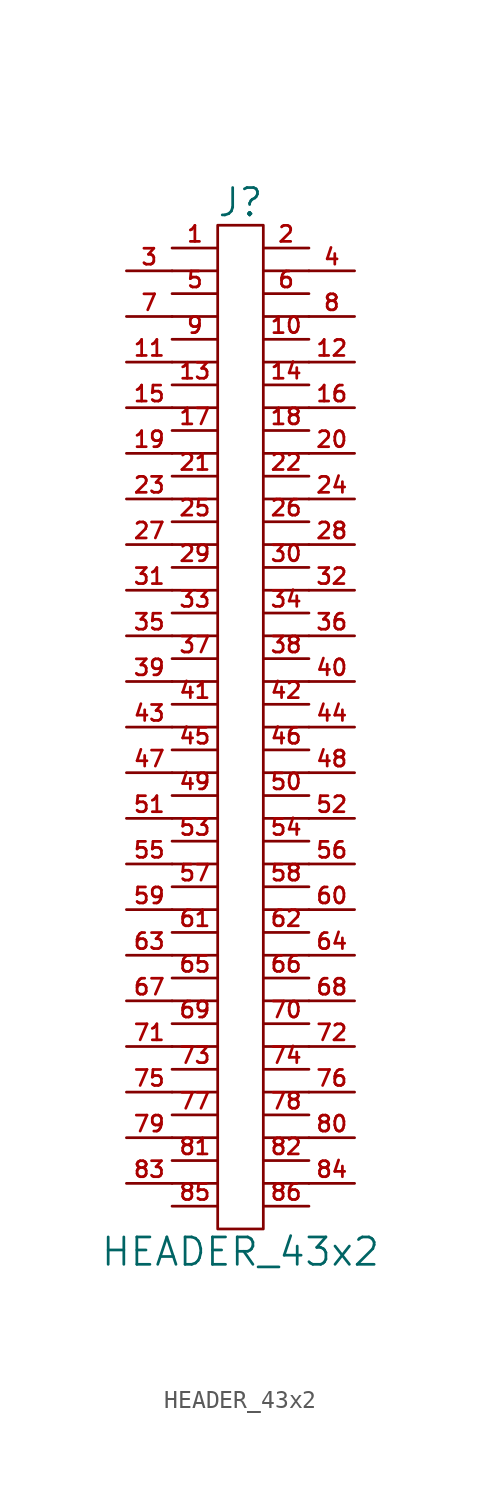
<source format=kicad_sym>
(kicad_symbol_lib
  (version 20211014)
  (generator kicad_symbol_editor)
  (symbol "HEADER_43x2"
    (pin_names
      (offset 0))
    (property "Reference" "J"
      (at 0 29.21 0)
      (effects (font (size 1.524 1.524))))
    (property "Value" "HEADER_43x2"
      (at 0 -29.21 0)
      (effects (font (size 1.524 1.524))))
    (property "Footprint" ""
      (at 0 2.54 0)
      (effects (font (size 1.524 1.524))))
    (property "Datasheet" ""
      (at 0 2.54 0)
      (effects (font (size 1.524 1.524))))
    (symbol "HEADER_43x2_0_1"
      (polyline (pts (xy -3.81 -25.4) (xy -1.27 -25.4)) (stroke (width 0) (type default) (color 0 0 0 0)) (fill (type none)))
      (polyline (pts (xy -3.81 -22.86) (xy -1.27 -22.86)) (stroke (width 0) (type default) (color 0 0 0 0)) (fill (type none)))
      (polyline (pts (xy -3.81 -20.32) (xy -1.27 -20.32)) (stroke (width 0) (type default) (color 0 0 0 0)) (fill (type none)))
      (polyline (pts (xy -3.81 -17.78) (xy -1.27 -17.78)) (stroke (width 0) (type default) (color 0 0 0 0)) (fill (type none)))
      (polyline (pts (xy -3.81 -15.24) (xy -1.27 -15.24)) (stroke (width 0) (type default) (color 0 0 0 0)) (fill (type none)))
      (polyline (pts (xy -3.81 -12.7) (xy -1.27 -12.7)) (stroke (width 0) (type default) (color 0 0 0 0)) (fill (type none)))
      (polyline (pts (xy -3.81 -10.16) (xy -1.27 -10.16)) (stroke (width 0) (type default) (color 0 0 0 0)) (fill (type none)))
      (polyline (pts (xy -3.81 -7.62) (xy -1.27 -7.62)) (stroke (width 0) (type default) (color 0 0 0 0)) (fill (type none)))
      (polyline (pts (xy -3.81 -5.08) (xy -1.27 -5.08)) (stroke (width 0) (type default) (color 0 0 0 0)) (fill (type none)))
      (polyline (pts (xy -3.81 -2.54) (xy -1.27 -2.54)) (stroke (width 0) (type default) (color 0 0 0 0)) (fill (type none)))
      (polyline (pts (xy -3.81 0) (xy -1.27 0)) (stroke (width 0) (type default) (color 0 0 0 0)) (fill (type none)))
      (polyline (pts (xy -3.81 2.54) (xy -1.27 2.54)) (stroke (width 0) (type default) (color 0 0 0 0)) (fill (type none)))
      (polyline (pts (xy -3.81 5.08) (xy -1.27 5.08)) (stroke (width 0) (type default) (color 0 0 0 0)) (fill (type none)))
      (polyline (pts (xy -3.81 7.62) (xy -1.27 7.62)) (stroke (width 0) (type default) (color 0 0 0 0)) (fill (type none)))
      (polyline (pts (xy -3.81 10.16) (xy -1.27 10.16)) (stroke (width 0) (type default) (color 0 0 0 0)) (fill (type none)))
      (polyline (pts (xy -3.81 12.7) (xy -1.27 12.7)) (stroke (width 0) (type default) (color 0 0 0 0)) (fill (type none)))
      (polyline (pts (xy -3.81 15.24) (xy -1.27 15.24)) (stroke (width 0) (type default) (color 0 0 0 0)) (fill (type none)))
      (polyline (pts (xy -3.81 17.78) (xy -1.27 17.78)) (stroke (width 0) (type default) (color 0 0 0 0)) (fill (type none)))
      (polyline (pts (xy -3.81 20.32) (xy -1.27 20.32)) (stroke (width 0) (type default) (color 0 0 0 0)) (fill (type none)))
      (polyline (pts (xy -3.81 22.86) (xy -1.27 22.86)) (stroke (width 0) (type default) (color 0 0 0 0)) (fill (type none)))
      (polyline (pts (xy -3.81 25.4) (xy -1.27 25.4)) (stroke (width 0) (type default) (color 0 0 0 0)) (fill (type none)))
      (polyline (pts (xy 1.27 -25.4) (xy 3.81 -25.4)) (stroke (width 0) (type default) (color 0 0 0 0)) (fill (type none)))
      (polyline (pts (xy 1.27 -22.86) (xy 3.81 -22.86)) (stroke (width 0) (type default) (color 0 0 0 0)) (fill (type none)))
      (polyline (pts (xy 1.27 -20.32) (xy 3.81 -20.32)) (stroke (width 0) (type default) (color 0 0 0 0)) (fill (type none)))
      (polyline (pts (xy 1.27 -17.78) (xy 3.81 -17.78)) (stroke (width 0) (type default) (color 0 0 0 0)) (fill (type none)))
      (polyline (pts (xy 1.27 -15.24) (xy 3.81 -15.24)) (stroke (width 0) (type default) (color 0 0 0 0)) (fill (type none)))
      (polyline (pts (xy 1.27 -12.7) (xy 3.81 -12.7)) (stroke (width 0) (type default) (color 0 0 0 0)) (fill (type none)))
      (polyline (pts (xy 1.27 -10.16) (xy 3.81 -10.16)) (stroke (width 0) (type default) (color 0 0 0 0)) (fill (type none)))
      (polyline (pts (xy 1.27 -7.62) (xy 3.81 -7.62)) (stroke (width 0) (type default) (color 0 0 0 0)) (fill (type none)))
      (polyline (pts (xy 1.27 -5.08) (xy 3.81 -5.08)) (stroke (width 0) (type default) (color 0 0 0 0)) (fill (type none)))
      (polyline (pts (xy 1.27 -2.54) (xy 3.81 -2.54)) (stroke (width 0) (type default) (color 0 0 0 0)) (fill (type none)))
      (polyline (pts (xy 1.27 0) (xy 3.81 0)) (stroke (width 0) (type default) (color 0 0 0 0)) (fill (type none)))
      (polyline (pts (xy 1.27 2.54) (xy 3.81 2.54)) (stroke (width 0) (type default) (color 0 0 0 0)) (fill (type none)))
      (polyline (pts (xy 1.27 5.08) (xy 3.81 5.08)) (stroke (width 0) (type default) (color 0 0 0 0)) (fill (type none)))
      (polyline (pts (xy 1.27 7.62) (xy 3.81 7.62)) (stroke (width 0) (type default) (color 0 0 0 0)) (fill (type none)))
      (polyline (pts (xy 1.27 10.16) (xy 3.81 10.16)) (stroke (width 0) (type default) (color 0 0 0 0)) (fill (type none)))
      (polyline (pts (xy 1.27 12.7) (xy 3.81 12.7)) (stroke (width 0) (type default) (color 0 0 0 0)) (fill (type none)))
      (polyline (pts (xy 1.27 15.24) (xy 3.81 15.24)) (stroke (width 0) (type default) (color 0 0 0 0)) (fill (type none)))
      (polyline (pts (xy 1.27 17.78) (xy 3.81 17.78)) (stroke (width 0) (type default) (color 0 0 0 0)) (fill (type none)))
      (polyline (pts (xy 1.27 20.32) (xy 3.81 20.32)) (stroke (width 0) (type default) (color 0 0 0 0)) (fill (type none)))
      (polyline (pts (xy 1.27 22.86) (xy 3.81 22.86)) (stroke (width 0) (type default) (color 0 0 0 0)) (fill (type none)))
      (polyline (pts (xy 1.27 25.4) (xy 3.81 25.4)) (stroke (width 0) (type default) (color 0 0 0 0)) (fill (type none)))
      (rectangle (start 1.27 -27.94) (end -1.27 27.94) (stroke (width 0) (type default) (color 0 0 0 0)) (fill (type none))))
    (symbol "HEADER_43x2_1_1"
      (pin passive line (at -3.81 26.67 0) (length 2.54) (name "~" (effects (font (size 1.27 1.27)))) (number "1" (effects (font (size 0.889 0.889)))))
      (pin passive line (at 3.81 21.59 180) (length 2.54) (name "~" (effects (font (size 1.27 1.27)))) (number "10" (effects (font (size 0.889 0.889)))))
      (pin passive line (at -6.35 20.32 0) (length 2.54) (name "~" (effects (font (size 1.27 1.27)))) (number "11" (effects (font (size 0.889 0.889)))))
      (pin passive line (at 6.35 20.32 180) (length 2.54) (name "~" (effects (font (size 1.27 1.27)))) (number "12" (effects (font (size 0.889 0.889)))))
      (pin passive line (at -3.81 19.05 0) (length 2.54) (name "~" (effects (font (size 1.27 1.27)))) (number "13" (effects (font (size 0.889 0.889)))))
      (pin passive line (at 3.81 19.05 180) (length 2.54) (name "~" (effects (font (size 1.27 1.27)))) (number "14" (effects (font (size 0.889 0.889)))))
      (pin passive line (at -6.35 17.78 0) (length 2.54) (name "~" (effects (font (size 1.27 1.27)))) (number "15" (effects (font (size 0.889 0.889)))))
      (pin passive line (at 6.35 17.78 180) (length 2.54) (name "~" (effects (font (size 1.27 1.27)))) (number "16" (effects (font (size 0.889 0.889)))))
      (pin passive line (at -3.81 16.51 0) (length 2.54) (name "~" (effects (font (size 1.27 1.27)))) (number "17" (effects (font (size 0.889 0.889)))))
      (pin passive line (at 3.81 16.51 180) (length 2.54) (name "~" (effects (font (size 1.27 1.27)))) (number "18" (effects (font (size 0.889 0.889)))))
      (pin passive line (at -6.35 15.24 0) (length 2.54) (name "~" (effects (font (size 1.27 1.27)))) (number "19" (effects (font (size 0.889 0.889)))))
      (pin passive line (at 3.81 26.67 180) (length 2.54) (name "~" (effects (font (size 1.27 1.27)))) (number "2" (effects (font (size 0.889 0.889)))))
      (pin passive line (at 6.35 15.24 180) (length 2.54) (name "~" (effects (font (size 1.27 1.27)))) (number "20" (effects (font (size 0.889 0.889)))))
      (pin passive line (at -3.81 13.97 0) (length 2.54) (name "~" (effects (font (size 1.27 1.27)))) (number "21" (effects (font (size 0.889 0.889)))))
      (pin passive line (at 3.81 13.97 180) (length 2.54) (name "~" (effects (font (size 1.27 1.27)))) (number "22" (effects (font (size 0.889 0.889)))))
      (pin passive line (at -6.35 12.7 0) (length 2.54) (name "~" (effects (font (size 1.27 1.27)))) (number "23" (effects (font (size 0.889 0.889)))))
      (pin passive line (at 6.35 12.7 180) (length 2.54) (name "~" (effects (font (size 1.27 1.27)))) (number "24" (effects (font (size 0.889 0.889)))))
      (pin passive line (at -3.81 11.43 0) (length 2.54) (name "~" (effects (font (size 1.27 1.27)))) (number "25" (effects (font (size 0.889 0.889)))))
      (pin passive line (at 3.81 11.43 180) (length 2.54) (name "~" (effects (font (size 1.27 1.27)))) (number "26" (effects (font (size 0.889 0.889)))))
      (pin passive line (at -6.35 10.16 0) (length 2.54) (name "~" (effects (font (size 1.27 1.27)))) (number "27" (effects (font (size 0.889 0.889)))))
      (pin passive line (at 6.35 10.16 180) (length 2.54) (name "~" (effects (font (size 1.27 1.27)))) (number "28" (effects (font (size 0.889 0.889)))))
      (pin passive line (at -3.81 8.89 0) (length 2.54) (name "~" (effects (font (size 1.27 1.27)))) (number "29" (effects (font (size 0.889 0.889)))))
      (pin passive line (at -6.35 25.4 0) (length 2.54) (name "~" (effects (font (size 1.27 1.27)))) (number "3" (effects (font (size 0.889 0.889)))))
      (pin passive line (at 3.81 8.89 180) (length 2.54) (name "~" (effects (font (size 1.27 1.27)))) (number "30" (effects (font (size 0.889 0.889)))))
      (pin passive line (at -6.35 7.62 0) (length 2.54) (name "~" (effects (font (size 1.27 1.27)))) (number "31" (effects (font (size 0.889 0.889)))))
      (pin passive line (at 6.35 7.62 180) (length 2.54) (name "~" (effects (font (size 1.27 1.27)))) (number "32" (effects (font (size 0.889 0.889)))))
      (pin passive line (at -3.81 6.35 0) (length 2.54) (name "~" (effects (font (size 1.27 1.27)))) (number "33" (effects (font (size 0.889 0.889)))))
      (pin passive line (at 3.81 6.35 180) (length 2.54) (name "~" (effects (font (size 1.27 1.27)))) (number "34" (effects (font (size 0.889 0.889)))))
      (pin passive line (at -6.35 5.08 0) (length 2.54) (name "~" (effects (font (size 1.27 1.27)))) (number "35" (effects (font (size 0.889 0.889)))))
      (pin passive line (at 6.35 5.08 180) (length 2.54) (name "~" (effects (font (size 1.27 1.27)))) (number "36" (effects (font (size 0.889 0.889)))))
      (pin passive line (at -3.81 3.81 0) (length 2.54) (name "~" (effects (font (size 0.889 0.889)))) (number "37" (effects (font (size 0.889 0.889)))))
      (pin passive line (at 3.81 3.81 180) (length 2.54) (name "~" (effects (font (size 1.27 1.27)))) (number "38" (effects (font (size 0.889 0.889)))))
      (pin passive line (at -6.35 2.54 0) (length 2.54) (name "~" (effects (font (size 1.27 1.27)))) (number "39" (effects (font (size 0.889 0.889)))))
      (pin passive line (at 6.35 25.4 180) (length 2.54) (name "~" (effects (font (size 1.27 1.27)))) (number "4" (effects (font (size 0.889 0.889)))))
      (pin passive line (at 6.35 2.54 180) (length 2.54) (name "~" (effects (font (size 1.27 1.27)))) (number "40" (effects (font (size 0.889 0.889)))))
      (pin passive line (at -3.81 1.27 0) (length 2.54) (name "~" (effects (font (size 1.27 1.27)))) (number "41" (effects (font (size 0.889 0.889)))))
      (pin passive line (at 3.81 1.27 180) (length 2.54) (name "~" (effects (font (size 1.27 1.27)))) (number "42" (effects (font (size 0.889 0.889)))))
      (pin passive line (at -6.35 0 0) (length 2.54) (name "~" (effects (font (size 1.27 1.27)))) (number "43" (effects (font (size 0.889 0.889)))))
      (pin passive line (at 6.35 0 180) (length 2.54) (name "~" (effects (font (size 1.27 1.27)))) (number "44" (effects (font (size 0.889 0.889)))))
      (pin passive line (at -3.81 -1.27 0) (length 2.54) (name "~" (effects (font (size 1.27 1.27)))) (number "45" (effects (font (size 0.889 0.889)))))
      (pin passive line (at 3.81 -1.27 180) (length 2.54) (name "~" (effects (font (size 1.27 1.27)))) (number "46" (effects (font (size 0.889 0.889)))))
      (pin passive line (at -6.35 -2.54 0) (length 2.54) (name "~" (effects (font (size 1.27 1.27)))) (number "47" (effects (font (size 0.889 0.889)))))
      (pin passive line (at 6.35 -2.54 180) (length 2.54) (name "~" (effects (font (size 1.27 1.27)))) (number "48" (effects (font (size 0.889 0.889)))))
      (pin passive line (at -3.81 -3.81 0) (length 2.54) (name "~" (effects (font (size 1.27 1.27)))) (number "49" (effects (font (size 0.889 0.889)))))
      (pin passive line (at -3.81 24.13 0) (length 2.54) (name "~" (effects (font (size 1.27 1.27)))) (number "5" (effects (font (size 0.889 0.889)))))
      (pin passive line (at 3.81 -3.81 180) (length 2.54) (name "~" (effects (font (size 1.27 1.27)))) (number "50" (effects (font (size 0.889 0.889)))))
      (pin passive line (at -6.35 -5.08 0) (length 2.54) (name "~" (effects (font (size 1.27 1.27)))) (number "51" (effects (font (size 0.889 0.889)))))
      (pin passive line (at 6.35 -5.08 180) (length 2.54) (name "~" (effects (font (size 1.27 1.27)))) (number "52" (effects (font (size 0.889 0.889)))))
      (pin passive line (at -3.81 -6.35 0) (length 2.54) (name "~" (effects (font (size 1.27 1.27)))) (number "53" (effects (font (size 0.889 0.889)))))
      (pin passive line (at 3.81 -6.35 180) (length 2.54) (name "~" (effects (font (size 1.27 1.27)))) (number "54" (effects (font (size 0.889 0.889)))))
      (pin passive line (at -6.35 -7.62 0) (length 2.54) (name "~" (effects (font (size 1.27 1.27)))) (number "55" (effects (font (size 0.889 0.889)))))
      (pin passive line (at 6.35 -7.62 180) (length 2.54) (name "~" (effects (font (size 1.27 1.27)))) (number "56" (effects (font (size 0.889 0.889)))))
      (pin passive line (at -3.81 -8.89 0) (length 2.54) (name "~" (effects (font (size 1.27 1.27)))) (number "57" (effects (font (size 0.889 0.889)))))
      (pin passive line (at 3.81 -8.89 180) (length 2.54) (name "~" (effects (font (size 1.27 1.27)))) (number "58" (effects (font (size 0.889 0.889)))))
      (pin passive line (at -6.35 -10.16 0) (length 2.54) (name "~" (effects (font (size 1.27 1.27)))) (number "59" (effects (font (size 0.889 0.889)))))
      (pin passive line (at 3.81 24.13 180) (length 2.54) (name "~" (effects (font (size 1.27 1.27)))) (number "6" (effects (font (size 0.889 0.889)))))
      (pin passive line (at 6.35 -10.16 180) (length 2.54) (name "~" (effects (font (size 1.27 1.27)))) (number "60" (effects (font (size 0.889 0.889)))))
      (pin passive line (at -3.81 -11.43 0) (length 2.54) (name "~" (effects (font (size 1.27 1.27)))) (number "61" (effects (font (size 0.889 0.889)))))
      (pin passive line (at 3.81 -11.43 180) (length 2.54) (name "~" (effects (font (size 1.27 1.27)))) (number "62" (effects (font (size 0.889 0.889)))))
      (pin passive line (at -6.35 -12.7 0) (length 2.54) (name "~" (effects (font (size 1.27 1.27)))) (number "63" (effects (font (size 0.889 0.889)))))
      (pin passive line (at 6.35 -12.7 180) (length 2.54) (name "~" (effects (font (size 1.27 1.27)))) (number "64" (effects (font (size 0.889 0.889)))))
      (pin passive line (at -3.81 -13.97 0) (length 2.54) (name "~" (effects (font (size 1.27 1.27)))) (number "65" (effects (font (size 0.889 0.889)))))
      (pin passive line (at 3.81 -13.97 180) (length 2.54) (name "~" (effects (font (size 1.27 1.27)))) (number "66" (effects (font (size 0.889 0.889)))))
      (pin passive line (at -6.35 -15.24 0) (length 2.54) (name "~" (effects (font (size 1.27 1.27)))) (number "67" (effects (font (size 0.889 0.889)))))
      (pin passive line (at 6.35 -15.24 180) (length 2.54) (name "~" (effects (font (size 1.27 1.27)))) (number "68" (effects (font (size 0.889 0.889)))))
      (pin passive line (at -3.81 -16.51 0) (length 2.54) (name "~" (effects (font (size 1.27 1.27)))) (number "69" (effects (font (size 0.889 0.889)))))
      (pin passive line (at -6.35 22.86 0) (length 2.54) (name "~" (effects (font (size 1.27 1.27)))) (number "7" (effects (font (size 0.889 0.889)))))
      (pin passive line (at 3.81 -16.51 180) (length 2.54) (name "~" (effects (font (size 1.27 1.27)))) (number "70" (effects (font (size 0.889 0.889)))))
      (pin passive line (at -6.35 -17.78 0) (length 2.54) (name "~" (effects (font (size 1.27 1.27)))) (number "71" (effects (font (size 0.889 0.889)))))
      (pin passive line (at 6.35 -17.78 180) (length 2.54) (name "~" (effects (font (size 1.27 1.27)))) (number "72" (effects (font (size 0.889 0.889)))))
      (pin passive line (at -3.81 -19.05 0) (length 2.54) (name "~" (effects (font (size 1.27 1.27)))) (number "73" (effects (font (size 0.889 0.889)))))
      (pin passive line (at 3.81 -19.05 180) (length 2.54) (name "~" (effects (font (size 1.27 1.27)))) (number "74" (effects (font (size 0.889 0.889)))))
      (pin passive line (at -6.35 -20.32 0) (length 2.54) (name "~" (effects (font (size 1.27 1.27)))) (number "75" (effects (font (size 0.889 0.889)))))
      (pin passive line (at 6.35 -20.32 180) (length 2.54) (name "~" (effects (font (size 1.27 1.27)))) (number "76" (effects (font (size 0.889 0.889)))))
      (pin passive line (at -3.81 -21.59 0) (length 2.54) (name "~" (effects (font (size 1.27 1.27)))) (number "77" (effects (font (size 0.889 0.889)))))
      (pin passive line (at 3.81 -21.59 180) (length 2.54) (name "~" (effects (font (size 1.27 1.27)))) (number "78" (effects (font (size 0.889 0.889)))))
      (pin passive line (at -6.35 -22.86 0) (length 2.54) (name "~" (effects (font (size 1.27 1.27)))) (number "79" (effects (font (size 0.889 0.889)))))
      (pin passive line (at 6.35 22.86 180) (length 2.54) (name "~" (effects (font (size 1.27 1.27)))) (number "8" (effects (font (size 0.889 0.889)))))
      (pin passive line (at 6.35 -22.86 180) (length 2.54) (name "~" (effects (font (size 1.27 1.27)))) (number "80" (effects (font (size 0.889 0.889)))))
      (pin passive line (at -3.81 -24.13 0) (length 2.54) (name "~" (effects (font (size 1.27 1.27)))) (number "81" (effects (font (size 0.889 0.889)))))
      (pin passive line (at 3.81 -24.13 180) (length 2.54) (name "~" (effects (font (size 1.27 1.27)))) (number "82" (effects (font (size 0.889 0.889)))))
      (pin passive line (at -6.35 -25.4 0) (length 2.54) (name "~" (effects (font (size 1.27 1.27)))) (number "83" (effects (font (size 0.889 0.889)))))
      (pin passive line (at 6.35 -25.4 180) (length 2.54) (name "~" (effects (font (size 1.27 1.27)))) (number "84" (effects (font (size 0.889 0.889)))))
      (pin passive line (at -3.81 -26.67 0) (length 2.54) (name "~" (effects (font (size 1.27 1.27)))) (number "85" (effects (font (size 0.889 0.889)))))
      (pin passive line (at 3.81 -26.67 180) (length 2.54) (name "~" (effects (font (size 1.27 1.27)))) (number "86" (effects (font (size 0.889 0.889)))))
      (pin passive line (at -3.81 21.59 0) (length 2.54) (name "~" (effects (font (size 1.27 1.27)))) (number "9" (effects (font (size 0.889 0.889))))))))
</source>
